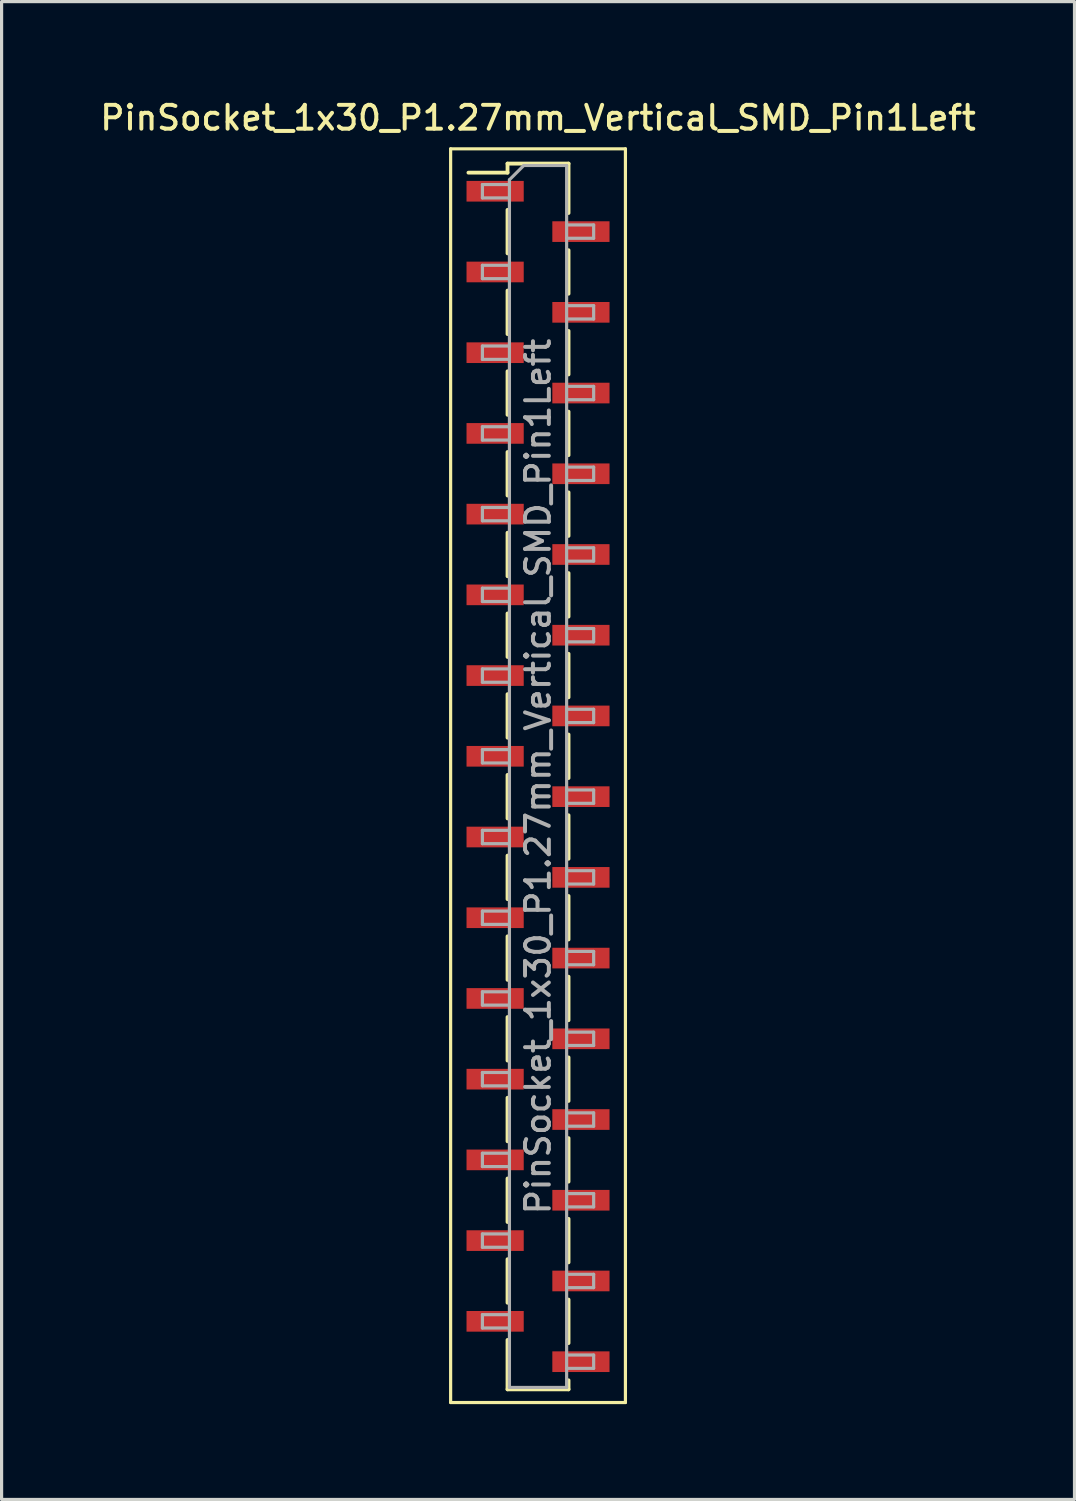
<source format=kicad_pcb>
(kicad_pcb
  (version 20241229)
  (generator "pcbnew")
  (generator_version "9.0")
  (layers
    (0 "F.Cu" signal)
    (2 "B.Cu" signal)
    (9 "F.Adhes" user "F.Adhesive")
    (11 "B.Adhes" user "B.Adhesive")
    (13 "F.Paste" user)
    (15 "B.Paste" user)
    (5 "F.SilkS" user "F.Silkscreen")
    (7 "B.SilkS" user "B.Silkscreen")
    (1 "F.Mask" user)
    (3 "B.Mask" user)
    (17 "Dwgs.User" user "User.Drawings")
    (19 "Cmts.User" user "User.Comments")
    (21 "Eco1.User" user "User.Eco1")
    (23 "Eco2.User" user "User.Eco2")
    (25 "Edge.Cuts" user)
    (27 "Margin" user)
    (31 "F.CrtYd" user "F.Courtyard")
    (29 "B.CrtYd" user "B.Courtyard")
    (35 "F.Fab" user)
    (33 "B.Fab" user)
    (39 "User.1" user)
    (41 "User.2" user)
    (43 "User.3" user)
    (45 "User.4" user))
  (footprint "PinSocket_1x30_P1.27mm_Vertical_SMD_Pin1Left"
    (layer "F.Cu")
    (at 13.88 21.383)
    (property "Reference" "PinSocket_1x30_P1.27mm_Vertical_SMD_Pin1Left" (at 0 -20.725 0) (layer "F.SilkS") (effects (font (size 0.75 0.75) (thickness 0.125))))
    (attr smd)
    (fp_line (start -2.75 -19.75) (end 2.75 -19.75) (stroke (width 0.1) (type solid)) (layer "F.SilkS"))
    (fp_line (start -2.75 19.7) (end -2.75 -19.75) (stroke (width 0.1) (type solid)) (layer "F.SilkS"))
    (fp_line (start -2.19 -19) (end -0.96 -19) (stroke (width 0.12) (type solid)) (layer "F.SilkS"))
    (fp_line (start -0.96 -19.285) (end -0.96 -19) (stroke (width 0.12) (type solid)) (layer "F.SilkS"))
    (fp_line (start -0.96 -19.285) (end 0.96 -19.285) (stroke (width 0.12) (type solid)) (layer "F.SilkS"))
    (fp_line (start -0.96 -17.83) (end -0.96 -16.46) (stroke (width 0.12) (type solid)) (layer "F.SilkS"))
    (fp_line (start -0.96 -15.29) (end -0.96 -13.92) (stroke (width 0.12) (type solid)) (layer "F.SilkS"))
    (fp_line (start -0.96 -12.75) (end -0.96 -11.38) (stroke (width 0.12) (type solid)) (layer "F.SilkS"))
    (fp_line (start -0.96 -10.21) (end -0.96 -8.84) (stroke (width 0.12) (type solid)) (layer "F.SilkS"))
    (fp_line (start -0.96 -7.67) (end -0.96 -6.3) (stroke (width 0.12) (type solid)) (layer "F.SilkS"))
    (fp_line (start -0.96 -5.13) (end -0.96 -3.76) (stroke (width 0.12) (type solid)) (layer "F.SilkS"))
    (fp_line (start -0.96 -2.59) (end -0.96 -1.22) (stroke (width 0.12) (type solid)) (layer "F.SilkS"))
    (fp_line (start -0.96 -0.05) (end -0.96 1.32) (stroke (width 0.12) (type solid)) (layer "F.SilkS"))
    (fp_line (start -0.96 2.49) (end -0.96 3.86) (stroke (width 0.12) (type solid)) (layer "F.SilkS"))
    (fp_line (start -0.96 5.03) (end -0.96 6.4) (stroke (width 0.12) (type solid)) (layer "F.SilkS"))
    (fp_line (start -0.96 7.57) (end -0.96 8.94) (stroke (width 0.12) (type solid)) (layer "F.SilkS"))
    (fp_line (start -0.96 10.11) (end -0.96 11.48) (stroke (width 0.12) (type solid)) (layer "F.SilkS"))
    (fp_line (start -0.96 12.65) (end -0.96 14.02) (stroke (width 0.12) (type solid)) (layer "F.SilkS"))
    (fp_line (start -0.96 15.19) (end -0.96 16.56) (stroke (width 0.12) (type solid)) (layer "F.SilkS"))
    (fp_line (start -0.96 17.73) (end -0.96 19.285) (stroke (width 0.12) (type solid)) (layer "F.SilkS"))
    (fp_line (start -0.96 19.285) (end 0.96 19.285) (stroke (width 0.12) (type solid)) (layer "F.SilkS"))
    (fp_line (start 0.96 -19.285) (end 0.96 -17.73) (stroke (width 0.12) (type solid)) (layer "F.SilkS"))
    (fp_line (start 0.96 -16.56) (end 0.96 -15.19) (stroke (width 0.12) (type solid)) (layer "F.SilkS"))
    (fp_line (start 0.96 -14.02) (end 0.96 -12.65) (stroke (width 0.12) (type solid)) (layer "F.SilkS"))
    (fp_line (start 0.96 -11.48) (end 0.96 -10.11) (stroke (width 0.12) (type solid)) (layer "F.SilkS"))
    (fp_line (start 0.96 -8.94) (end 0.96 -7.57) (stroke (width 0.12) (type solid)) (layer "F.SilkS"))
    (fp_line (start 0.96 -6.4) (end 0.96 -5.03) (stroke (width 0.12) (type solid)) (layer "F.SilkS"))
    (fp_line (start 0.96 -3.86) (end 0.96 -2.49) (stroke (width 0.12) (type solid)) (layer "F.SilkS"))
    (fp_line (start 0.96 -1.32) (end 0.96 0.05) (stroke (width 0.12) (type solid)) (layer "F.SilkS"))
    (fp_line (start 0.96 1.22) (end 0.96 2.59) (stroke (width 0.12) (type solid)) (layer "F.SilkS"))
    (fp_line (start 0.96 3.76) (end 0.96 5.13) (stroke (width 0.12) (type solid)) (layer "F.SilkS"))
    (fp_line (start 0.96 6.3) (end 0.96 7.67) (stroke (width 0.12) (type solid)) (layer "F.SilkS"))
    (fp_line (start 0.96 8.84) (end 0.96 10.21) (stroke (width 0.12) (type solid)) (layer "F.SilkS"))
    (fp_line (start 0.96 11.38) (end 0.96 12.75) (stroke (width 0.12) (type solid)) (layer "F.SilkS"))
    (fp_line (start 0.96 13.92) (end 0.96 15.29) (stroke (width 0.12) (type solid)) (layer "F.SilkS"))
    (fp_line (start 0.96 16.46) (end 0.96 17.83) (stroke (width 0.12) (type solid)) (layer "F.SilkS"))
    (fp_line (start 0.96 19) (end 0.96 19.285) (stroke (width 0.12) (type solid)) (layer "F.SilkS"))
    (fp_line (start 2.75 -19.75) (end 2.75 19.7) (stroke (width 0.1) (type solid)) (layer "F.SilkS"))
    (fp_line (start 2.75 19.7) (end -2.75 19.7) (stroke (width 0.1) (type solid)) (layer "F.SilkS"))
    (fp_line (start -1.75 -18.625) (end -0.9 -18.625) (stroke (width 0.1) (type solid)) (layer "F.Fab"))
    (fp_line (start -1.75 -18.205) (end -1.75 -18.625) (stroke (width 0.1) (type solid)) (layer "F.Fab"))
    (fp_line (start -1.75 -16.085) (end -0.9 -16.085) (stroke (width 0.1) (type solid)) (layer "F.Fab"))
    (fp_line (start -1.75 -15.665) (end -1.75 -16.085) (stroke (width 0.1) (type solid)) (layer "F.Fab"))
    (fp_line (start -1.75 -13.545) (end -0.9 -13.545) (stroke (width 0.1) (type solid)) (layer "F.Fab"))
    (fp_line (start -1.75 -13.125) (end -1.75 -13.545) (stroke (width 0.1) (type solid)) (layer "F.Fab"))
    (fp_line (start -1.75 -11.005) (end -0.9 -11.005) (stroke (width 0.1) (type solid)) (layer "F.Fab"))
    (fp_line (start -1.75 -10.585) (end -1.75 -11.005) (stroke (width 0.1) (type solid)) (layer "F.Fab"))
    (fp_line (start -1.75 -8.465) (end -0.9 -8.465) (stroke (width 0.1) (type solid)) (layer "F.Fab"))
    (fp_line (start -1.75 -8.045) (end -1.75 -8.465) (stroke (width 0.1) (type solid)) (layer "F.Fab"))
    (fp_line (start -1.75 -5.925) (end -0.9 -5.925) (stroke (width 0.1) (type solid)) (layer "F.Fab"))
    (fp_line (start -1.75 -5.505) (end -1.75 -5.925) (stroke (width 0.1) (type solid)) (layer "F.Fab"))
    (fp_line (start -1.75 -3.385) (end -0.9 -3.385) (stroke (width 0.1) (type solid)) (layer "F.Fab"))
    (fp_line (start -1.75 -2.965) (end -1.75 -3.385) (stroke (width 0.1) (type solid)) (layer "F.Fab"))
    (fp_line (start -1.75 -0.845) (end -0.9 -0.845) (stroke (width 0.1) (type solid)) (layer "F.Fab"))
    (fp_line (start -1.75 -0.425) (end -1.75 -0.845) (stroke (width 0.1) (type solid)) (layer "F.Fab"))
    (fp_line (start -1.75 1.695) (end -0.9 1.695) (stroke (width 0.1) (type solid)) (layer "F.Fab"))
    (fp_line (start -1.75 2.115) (end -1.75 1.695) (stroke (width 0.1) (type solid)) (layer "F.Fab"))
    (fp_line (start -1.75 4.235) (end -0.9 4.235) (stroke (width 0.1) (type solid)) (layer "F.Fab"))
    (fp_line (start -1.75 4.655) (end -1.75 4.235) (stroke (width 0.1) (type solid)) (layer "F.Fab"))
    (fp_line (start -1.75 6.775) (end -0.9 6.775) (stroke (width 0.1) (type solid)) (layer "F.Fab"))
    (fp_line (start -1.75 7.195) (end -1.75 6.775) (stroke (width 0.1) (type solid)) (layer "F.Fab"))
    (fp_line (start -1.75 9.315) (end -0.9 9.315) (stroke (width 0.1) (type solid)) (layer "F.Fab"))
    (fp_line (start -1.75 9.735) (end -1.75 9.315) (stroke (width 0.1) (type solid)) (layer "F.Fab"))
    (fp_line (start -1.75 11.855) (end -0.9 11.855) (stroke (width 0.1) (type solid)) (layer "F.Fab"))
    (fp_line (start -1.75 12.275) (end -1.75 11.855) (stroke (width 0.1) (type solid)) (layer "F.Fab"))
    (fp_line (start -1.75 14.395) (end -0.9 14.395) (stroke (width 0.1) (type solid)) (layer "F.Fab"))
    (fp_line (start -1.75 14.815) (end -1.75 14.395) (stroke (width 0.1) (type solid)) (layer "F.Fab"))
    (fp_line (start -1.75 16.935) (end -0.9 16.935) (stroke (width 0.1) (type solid)) (layer "F.Fab"))
    (fp_line (start -1.75 17.355) (end -1.75 16.935) (stroke (width 0.1) (type solid)) (layer "F.Fab"))
    (fp_line (start -0.9 -18.775) (end -0.45 -19.225) (stroke (width 0.1) (type solid)) (layer "F.Fab"))
    (fp_line (start -0.9 -18.205) (end -1.75 -18.205) (stroke (width 0.1) (type solid)) (layer "F.Fab"))
    (fp_line (start -0.9 -15.665) (end -1.75 -15.665) (stroke (width 0.1) (type solid)) (layer "F.Fab"))
    (fp_line (start -0.9 -13.125) (end -1.75 -13.125) (stroke (width 0.1) (type solid)) (layer "F.Fab"))
    (fp_line (start -0.9 -10.585) (end -1.75 -10.585) (stroke (width 0.1) (type solid)) (layer "F.Fab"))
    (fp_line (start -0.9 -8.045) (end -1.75 -8.045) (stroke (width 0.1) (type solid)) (layer "F.Fab"))
    (fp_line (start -0.9 -5.505) (end -1.75 -5.505) (stroke (width 0.1) (type solid)) (layer "F.Fab"))
    (fp_line (start -0.9 -2.965) (end -1.75 -2.965) (stroke (width 0.1) (type solid)) (layer "F.Fab"))
    (fp_line (start -0.9 -0.425) (end -1.75 -0.425) (stroke (width 0.1) (type solid)) (layer "F.Fab"))
    (fp_line (start -0.9 2.115) (end -1.75 2.115) (stroke (width 0.1) (type solid)) (layer "F.Fab"))
    (fp_line (start -0.9 4.655) (end -1.75 4.655) (stroke (width 0.1) (type solid)) (layer "F.Fab"))
    (fp_line (start -0.9 7.195) (end -1.75 7.195) (stroke (width 0.1) (type solid)) (layer "F.Fab"))
    (fp_line (start -0.9 9.735) (end -1.75 9.735) (stroke (width 0.1) (type solid)) (layer "F.Fab"))
    (fp_line (start -0.9 12.275) (end -1.75 12.275) (stroke (width 0.1) (type solid)) (layer "F.Fab"))
    (fp_line (start -0.9 14.815) (end -1.75 14.815) (stroke (width 0.1) (type solid)) (layer "F.Fab"))
    (fp_line (start -0.9 17.355) (end -1.75 17.355) (stroke (width 0.1) (type solid)) (layer "F.Fab"))
    (fp_line (start -0.9 19.225) (end -0.9 -18.775) (stroke (width 0.1) (type solid)) (layer "F.Fab"))
    (fp_line (start -0.45 -19.225) (end 0.9 -19.225) (stroke (width 0.1) (type solid)) (layer "F.Fab"))
    (fp_line (start 0.9 -19.225) (end 0.9 19.225) (stroke (width 0.1) (type solid)) (layer "F.Fab"))
    (fp_line (start 0.9 -17.355) (end 1.75 -17.355) (stroke (width 0.1) (type solid)) (layer "F.Fab"))
    (fp_line (start 0.9 -14.815) (end 1.75 -14.815) (stroke (width 0.1) (type solid)) (layer "F.Fab"))
    (fp_line (start 0.9 -12.275) (end 1.75 -12.275) (stroke (width 0.1) (type solid)) (layer "F.Fab"))
    (fp_line (start 0.9 -9.735) (end 1.75 -9.735) (stroke (width 0.1) (type solid)) (layer "F.Fab"))
    (fp_line (start 0.9 -7.195) (end 1.75 -7.195) (stroke (width 0.1) (type solid)) (layer "F.Fab"))
    (fp_line (start 0.9 -4.655) (end 1.75 -4.655) (stroke (width 0.1) (type solid)) (layer "F.Fab"))
    (fp_line (start 0.9 -2.115) (end 1.75 -2.115) (stroke (width 0.1) (type solid)) (layer "F.Fab"))
    (fp_line (start 0.9 0.425) (end 1.75 0.425) (stroke (width 0.1) (type solid)) (layer "F.Fab"))
    (fp_line (start 0.9 2.965) (end 1.75 2.965) (stroke (width 0.1) (type solid)) (layer "F.Fab"))
    (fp_line (start 0.9 5.505) (end 1.75 5.505) (stroke (width 0.1) (type solid)) (layer "F.Fab"))
    (fp_line (start 0.9 8.045) (end 1.75 8.045) (stroke (width 0.1) (type solid)) (layer "F.Fab"))
    (fp_line (start 0.9 10.585) (end 1.75 10.585) (stroke (width 0.1) (type solid)) (layer "F.Fab"))
    (fp_line (start 0.9 13.125) (end 1.75 13.125) (stroke (width 0.1) (type solid)) (layer "F.Fab"))
    (fp_line (start 0.9 15.665) (end 1.75 15.665) (stroke (width 0.1) (type solid)) (layer "F.Fab"))
    (fp_line (start 0.9 18.205) (end 1.75 18.205) (stroke (width 0.1) (type solid)) (layer "F.Fab"))
    (fp_line (start 0.9 19.225) (end -0.9 19.225) (stroke (width 0.1) (type solid)) (layer "F.Fab"))
    (fp_line (start 1.75 -17.355) (end 1.75 -16.935) (stroke (width 0.1) (type solid)) (layer "F.Fab"))
    (fp_line (start 1.75 -16.935) (end 0.9 -16.935) (stroke (width 0.1) (type solid)) (layer "F.Fab"))
    (fp_line (start 1.75 -14.815) (end 1.75 -14.395) (stroke (width 0.1) (type solid)) (layer "F.Fab"))
    (fp_line (start 1.75 -14.395) (end 0.9 -14.395) (stroke (width 0.1) (type solid)) (layer "F.Fab"))
    (fp_line (start 1.75 -12.275) (end 1.75 -11.855) (stroke (width 0.1) (type solid)) (layer "F.Fab"))
    (fp_line (start 1.75 -11.855) (end 0.9 -11.855) (stroke (width 0.1) (type solid)) (layer "F.Fab"))
    (fp_line (start 1.75 -9.735) (end 1.75 -9.315) (stroke (width 0.1) (type solid)) (layer "F.Fab"))
    (fp_line (start 1.75 -9.315) (end 0.9 -9.315) (stroke (width 0.1) (type solid)) (layer "F.Fab"))
    (fp_line (start 1.75 -7.195) (end 1.75 -6.775) (stroke (width 0.1) (type solid)) (layer "F.Fab"))
    (fp_line (start 1.75 -6.775) (end 0.9 -6.775) (stroke (width 0.1) (type solid)) (layer "F.Fab"))
    (fp_line (start 1.75 -4.655) (end 1.75 -4.235) (stroke (width 0.1) (type solid)) (layer "F.Fab"))
    (fp_line (start 1.75 -4.235) (end 0.9 -4.235) (stroke (width 0.1) (type solid)) (layer "F.Fab"))
    (fp_line (start 1.75 -2.115) (end 1.75 -1.695) (stroke (width 0.1) (type solid)) (layer "F.Fab"))
    (fp_line (start 1.75 -1.695) (end 0.9 -1.695) (stroke (width 0.1) (type solid)) (layer "F.Fab"))
    (fp_line (start 1.75 0.425) (end 1.75 0.845) (stroke (width 0.1) (type solid)) (layer "F.Fab"))
    (fp_line (start 1.75 0.845) (end 0.9 0.845) (stroke (width 0.1) (type solid)) (layer "F.Fab"))
    (fp_line (start 1.75 2.965) (end 1.75 3.385) (stroke (width 0.1) (type solid)) (layer "F.Fab"))
    (fp_line (start 1.75 3.385) (end 0.9 3.385) (stroke (width 0.1) (type solid)) (layer "F.Fab"))
    (fp_line (start 1.75 5.505) (end 1.75 5.925) (stroke (width 0.1) (type solid)) (layer "F.Fab"))
    (fp_line (start 1.75 5.925) (end 0.9 5.925) (stroke (width 0.1) (type solid)) (layer "F.Fab"))
    (fp_line (start 1.75 8.045) (end 1.75 8.465) (stroke (width 0.1) (type solid)) (layer "F.Fab"))
    (fp_line (start 1.75 8.465) (end 0.9 8.465) (stroke (width 0.1) (type solid)) (layer "F.Fab"))
    (fp_line (start 1.75 10.585) (end 1.75 11.005) (stroke (width 0.1) (type solid)) (layer "F.Fab"))
    (fp_line (start 1.75 11.005) (end 0.9 11.005) (stroke (width 0.1) (type solid)) (layer "F.Fab"))
    (fp_line (start 1.75 13.125) (end 1.75 13.545) (stroke (width 0.1) (type solid)) (layer "F.Fab"))
    (fp_line (start 1.75 13.545) (end 0.9 13.545) (stroke (width 0.1) (type solid)) (layer "F.Fab"))
    (fp_line (start 1.75 15.665) (end 1.75 16.085) (stroke (width 0.1) (type solid)) (layer "F.Fab"))
    (fp_line (start 1.75 16.085) (end 0.9 16.085) (stroke (width 0.1) (type solid)) (layer "F.Fab"))
    (fp_line (start 1.75 18.205) (end 1.75 18.625) (stroke (width 0.1) (type solid)) (layer "F.Fab"))
    (fp_line (start 1.75 18.625) (end 0.9 18.625) (stroke (width 0.1) (type solid)) (layer "F.Fab"))
    (fp_text user "${REFERENCE}" (at 0 0 90) (layer "F.Fab") (effects (font (size 0.75 0.75) (thickness 0.125))))
    (pad "1" smd rect (at -1.35 -18.415) (size 1.8 0.65) (layers "F.Cu" "F.Mask" "F.Paste"))
    (pad "2" smd rect (at 1.35 -17.145) (size 1.8 0.65) (layers "F.Cu" "F.Mask" "F.Paste"))
    (pad "3" smd rect (at -1.35 -15.875) (size 1.8 0.65) (layers "F.Cu" "F.Mask" "F.Paste"))
    (pad "4" smd rect (at 1.35 -14.605) (size 1.8 0.65) (layers "F.Cu" "F.Mask" "F.Paste"))
    (pad "5" smd rect (at -1.35 -13.335) (size 1.8 0.65) (layers "F.Cu" "F.Mask" "F.Paste"))
    (pad "6" smd rect (at 1.35 -12.065) (size 1.8 0.65) (layers "F.Cu" "F.Mask" "F.Paste"))
    (pad "7" smd rect (at -1.35 -10.795) (size 1.8 0.65) (layers "F.Cu" "F.Mask" "F.Paste"))
    (pad "8" smd rect (at 1.35 -9.525) (size 1.8 0.65) (layers "F.Cu" "F.Mask" "F.Paste"))
    (pad "9" smd rect (at -1.35 -8.255) (size 1.8 0.65) (layers "F.Cu" "F.Mask" "F.Paste"))
    (pad "10" smd rect (at 1.35 -6.985) (size 1.8 0.65) (layers "F.Cu" "F.Mask" "F.Paste"))
    (pad "11" smd rect (at -1.35 -5.715) (size 1.8 0.65) (layers "F.Cu" "F.Mask" "F.Paste"))
    (pad "12" smd rect (at 1.35 -4.445) (size 1.8 0.65) (layers "F.Cu" "F.Mask" "F.Paste"))
    (pad "13" smd rect (at -1.35 -3.175) (size 1.8 0.65) (layers "F.Cu" "F.Mask" "F.Paste"))
    (pad "14" smd rect (at 1.35 -1.905) (size 1.8 0.65) (layers "F.Cu" "F.Mask" "F.Paste"))
    (pad "15" smd rect (at -1.35 -0.635) (size 1.8 0.65) (layers "F.Cu" "F.Mask" "F.Paste"))
    (pad "16" smd rect (at 1.35 0.635) (size 1.8 0.65) (layers "F.Cu" "F.Mask" "F.Paste"))
    (pad "17" smd rect (at -1.35 1.905) (size 1.8 0.65) (layers "F.Cu" "F.Mask" "F.Paste"))
    (pad "18" smd rect (at 1.35 3.175) (size 1.8 0.65) (layers "F.Cu" "F.Mask" "F.Paste"))
    (pad "19" smd rect (at -1.35 4.445) (size 1.8 0.65) (layers "F.Cu" "F.Mask" "F.Paste"))
    (pad "20" smd rect (at 1.35 5.715) (size 1.8 0.65) (layers "F.Cu" "F.Mask" "F.Paste"))
    (pad "21" smd rect (at -1.35 6.985) (size 1.8 0.65) (layers "F.Cu" "F.Mask" "F.Paste"))
    (pad "22" smd rect (at 1.35 8.255) (size 1.8 0.65) (layers "F.Cu" "F.Mask" "F.Paste"))
    (pad "23" smd rect (at -1.35 9.525) (size 1.8 0.65) (layers "F.Cu" "F.Mask" "F.Paste"))
    (pad "24" smd rect (at 1.35 10.795) (size 1.8 0.65) (layers "F.Cu" "F.Mask" "F.Paste"))
    (pad "25" smd rect (at -1.35 12.065) (size 1.8 0.65) (layers "F.Cu" "F.Mask" "F.Paste"))
    (pad "26" smd rect (at 1.35 13.335) (size 1.8 0.65) (layers "F.Cu" "F.Mask" "F.Paste"))
    (pad "27" smd rect (at -1.35 14.605) (size 1.8 0.65) (layers "F.Cu" "F.Mask" "F.Paste"))
    (pad "28" smd rect (at 1.35 15.875) (size 1.8 0.65) (layers "F.Cu" "F.Mask" "F.Paste"))
    (pad "29" smd rect (at -1.35 17.145) (size 1.8 0.65) (layers "F.Cu" "F.Mask" "F.Paste"))
    (pad "30" smd rect (at 1.35 18.415) (size 1.8 0.65) (layers "F.Cu" "F.Mask" "F.Paste")))
  (gr_rect
    (start -3 -3)
    (end 30.761 44.133)
    (stroke (width 0.1) (type default))
    (fill no)
    (layer "Edge.Cuts")))
</source>
